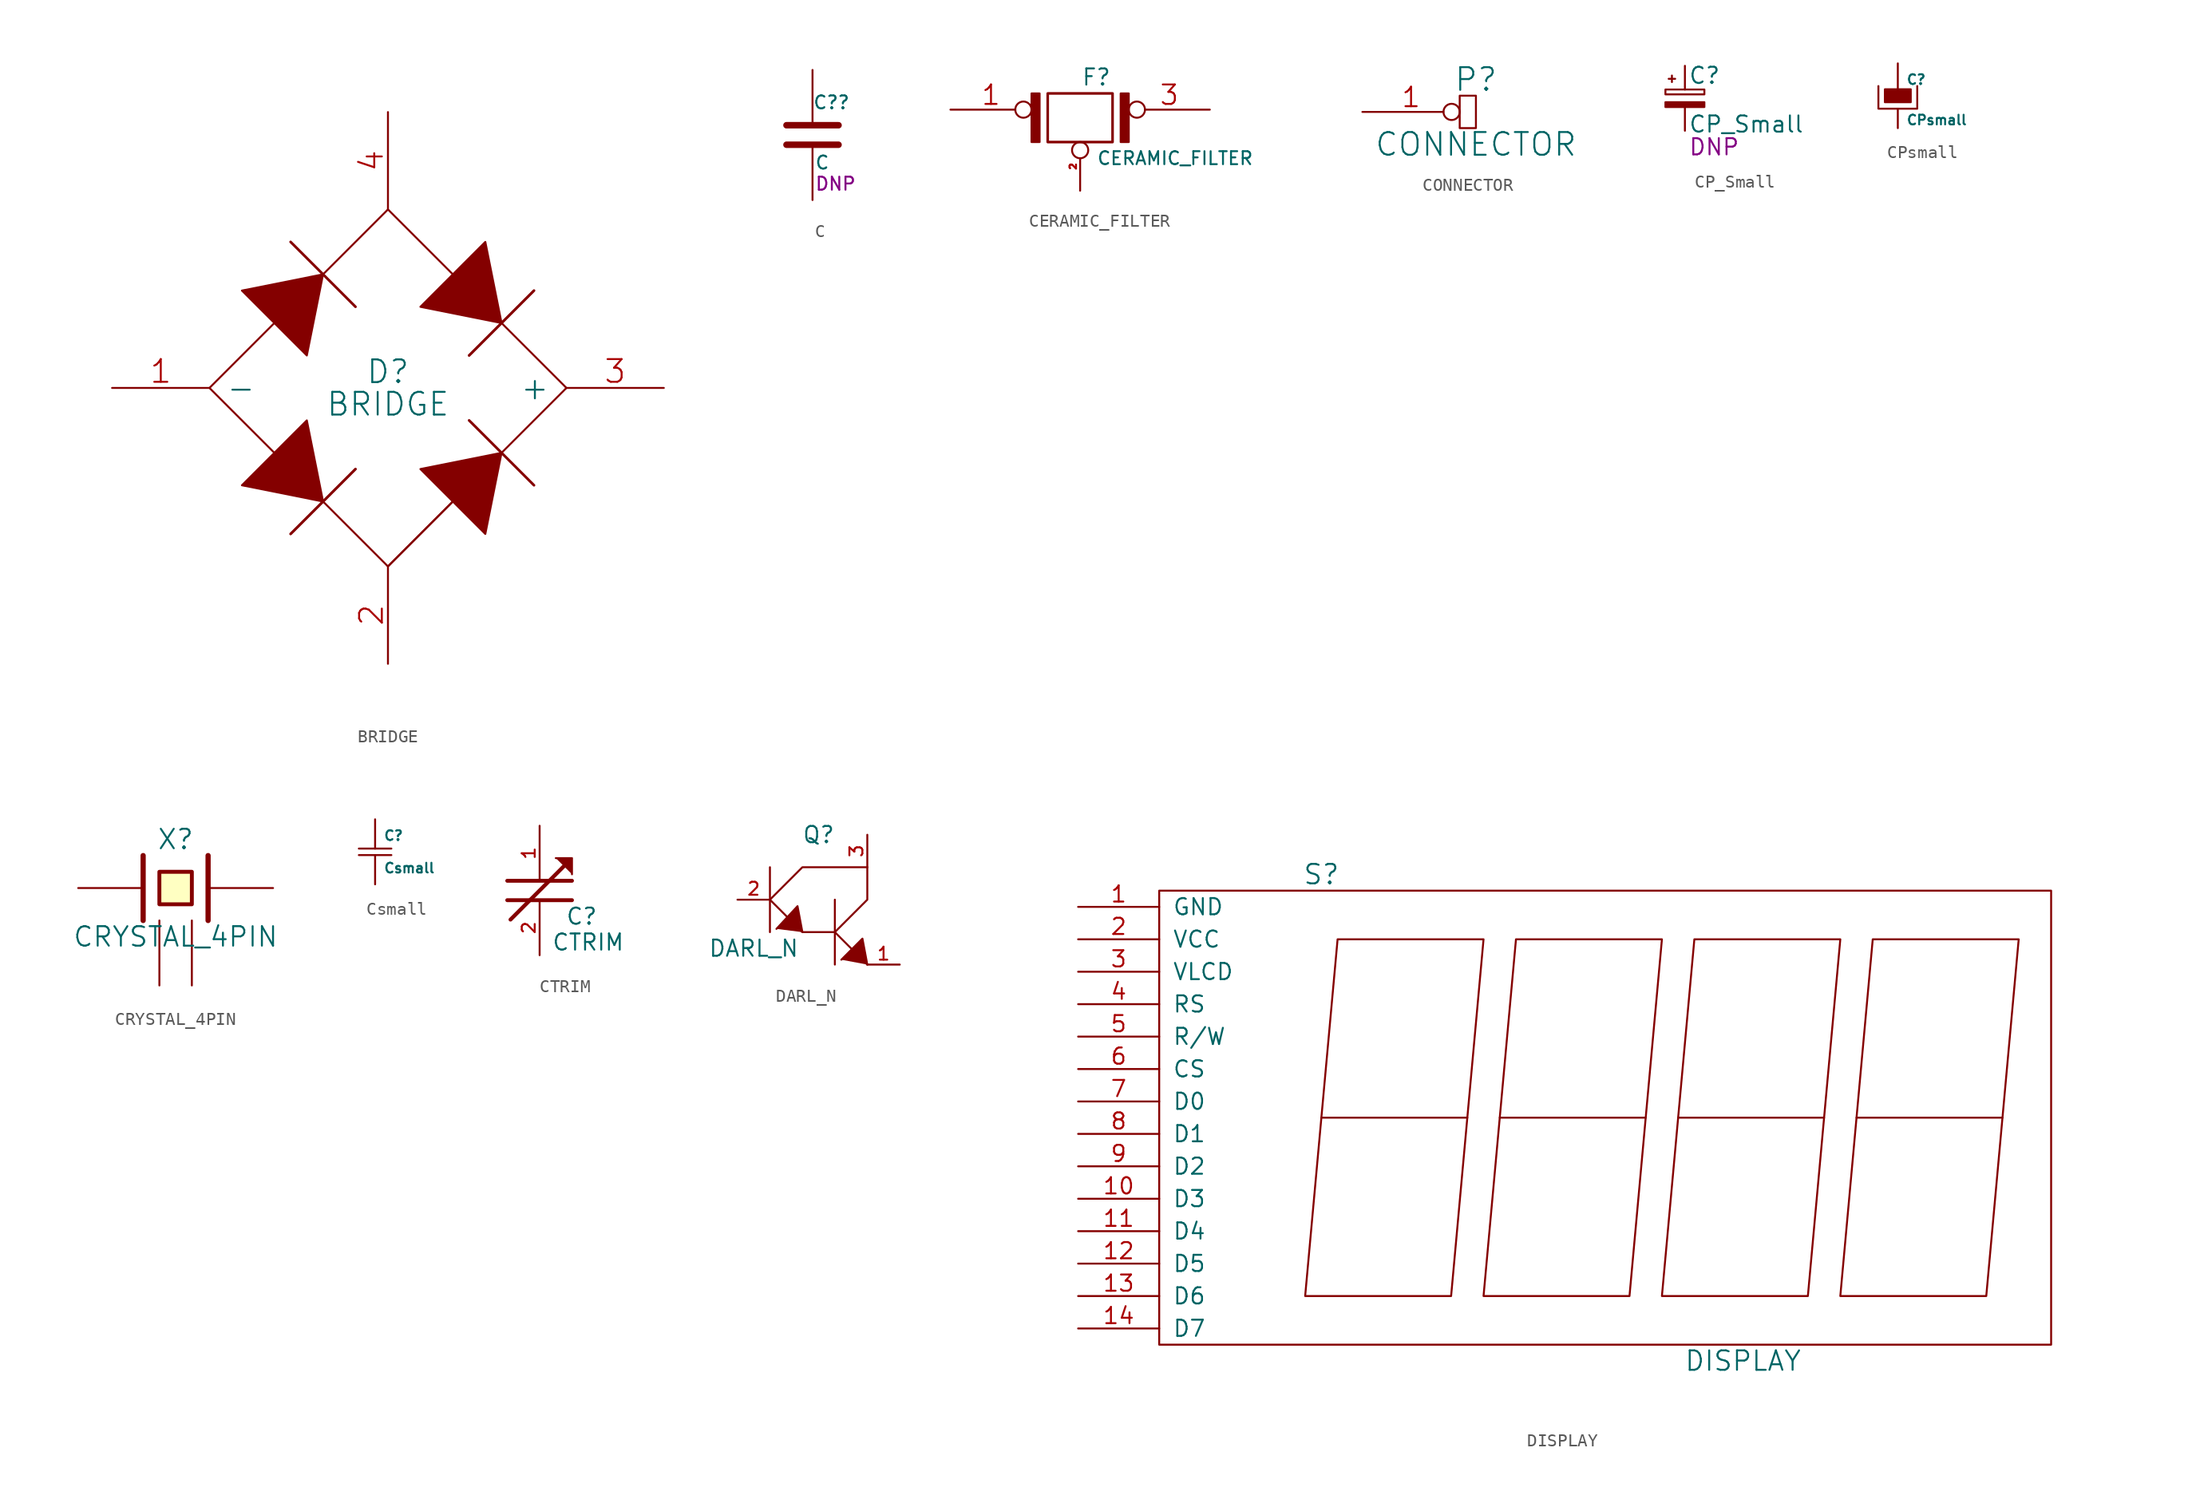
<source format=kicad_sym>
(kicad_symbol_lib
  (version 20211014)
  (generator kicad_symbol_editor)
  (symbol "BRIDGE"
    (pin_names
      (offset 1.27))
    (property "Reference" "D"
      (at 0 1.27 0)
      (effects (font (size 1.778 1.778))))
    (property "Value" "BRIDGE"
      (at 0 -1.27 0)
      (effects (font (size 1.778 1.778))))
    (property "Footprint" ""
      (at 0 0 0)
      (effects (font (size 1.524 1.524))))
    (property "Datasheet" ""
      (at 0 0 0)
      (effects (font (size 1.524 1.524))))
    (symbol "BRIDGE_0_0"
      (polyline (pts (xy -13.97 0) (xy -8.89 -5.08)) (stroke (width 0.152) (type default) (color 0 0 0 0)) (fill (type none)))
      (polyline (pts (xy -13.97 0) (xy -8.89 5.08)) (stroke (width 0.152) (type default) (color 0 0 0 0)) (fill (type none)))
      (polyline (pts (xy -7.62 11.43) (xy -2.54 6.35)) (stroke (width 0.203) (type default) (color 0 0 0 0)) (fill (type none)))
      (polyline (pts (xy -2.54 -6.35) (xy -7.62 -11.43)) (stroke (width 0) (type default) (color 0 0 0 0)) (fill (type none)))
      (polyline (pts (xy -2.54 -6.35) (xy -7.62 -11.43)) (stroke (width 0.203) (type default) (color 0 0 0 0)) (fill (type none)))
      (polyline (pts (xy 0 -13.97) (xy 5.08 -8.89)) (stroke (width 0) (type default) (color 0 0 0 0)) (fill (type none)))
      (polyline (pts (xy 0 -13.97) (xy 5.08 -8.89)) (stroke (width 0.152) (type default) (color 0 0 0 0)) (fill (type none)))
      (polyline (pts (xy 0 13.97) (xy 5.08 8.89)) (stroke (width 0.152) (type default) (color 0 0 0 0)) (fill (type none)))
      (polyline (pts (xy 6.35 -2.54) (xy 11.43 -7.62)) (stroke (width 0.203) (type default) (color 0 0 0 0)) (fill (type none)))
      (polyline (pts (xy 8.89 5.08) (xy 13.97 0)) (stroke (width 0.152) (type default) (color 0 0 0 0)) (fill (type none)))
      (polyline (pts (xy 11.43 7.62) (xy 6.35 2.54)) (stroke (width 0) (type default) (color 0 0 0 0)) (fill (type none)))
      (polyline (pts (xy 11.43 7.62) (xy 6.35 2.54)) (stroke (width 0.203) (type default) (color 0 0 0 0)) (fill (type none)))
      (polyline (pts (xy 13.97 0) (xy 8.89 -5.08)) (stroke (width 0.152) (type default) (color 0 0 0 0)) (fill (type none)))
      (polyline (pts (xy -11.43 7.62) (xy -5.08 8.89) (xy -6.35 2.54) (xy -11.43 7.62) (xy -11.43 7.62)) (stroke (width 0) (type default) (color 0 0 0 0)) (fill (type outline)))
      (polyline (pts (xy -6.35 -2.54) (xy -5.08 -8.89) (xy -11.43 -7.62) (xy -6.35 -2.54) (xy -6.35 -2.54)) (stroke (width 0) (type default) (color 0 0 0 0)) (fill (type outline)))
      (polyline (pts (xy 2.54 -6.35) (xy 8.89 -5.08) (xy 7.62 -11.43) (xy 2.54 -6.35) (xy 2.54 -6.35)) (stroke (width 0) (type default) (color 0 0 0 0)) (fill (type outline)))
      (polyline (pts (xy 7.62 11.43) (xy 8.89 5.08) (xy 2.54 6.35) (xy 7.62 11.43) (xy 7.62 11.43)) (stroke (width 0) (type default) (color 0 0 0 0)) (fill (type outline))))
    (symbol "BRIDGE_0_1"
      (polyline (pts (xy -5.08 -8.89) (xy 0 -13.97)) (stroke (width 0.152) (type default) (color 0 0 0 0)) (fill (type none)))
      (polyline (pts (xy -5.08 8.89) (xy 0 13.97)) (stroke (width 0.152) (type default) (color 0 0 0 0)) (fill (type none))))
    (symbol "BRIDGE_1_1"
      (pin input line (at -21.59 0 0) (length 7.62) (name "-" (effects (font (size 1.778 1.778)))) (number "1" (effects (font (size 1.778 1.778)))))
      (pin input line (at 0 -21.59 90) (length 7.62) (name "~" (effects (font (size 1.778 1.778)))) (number "2" (effects (font (size 1.778 1.778)))))
      (pin input line (at 21.59 0 180) (length 7.62) (name "+" (effects (font (size 1.778 1.778)))) (number "3" (effects (font (size 1.778 1.778)))))
      (pin input line (at 0 21.59 270) (length 7.62) (name "~" (effects (font (size 1.778 1.778)))) (number "4" (effects (font (size 1.778 1.778)))))))
  (symbol "C"
    (pin_numbers hide)
    (pin_names
      (offset 0.254))
    (property "Reference" "C?"
      (at 0 2.54 0)
      (effects (font (size 1.016 1.016)) (justify left)))
    (property "Value" "C"
      (at 0.152 -2.159 0)
      (effects (font (size 1.016 1.016)) (justify left)))
    (property "LCSC" "DNP"
      (at 0.152 -3.81 0)
      (effects (font (size 1.016 1.016)) (justify left)))
    (symbol "C_0_1"
      (polyline (pts (xy -2.032 -0.762) (xy 2.032 -0.762)) (stroke (width 0.508) (type default) (color 0 0 0 0)) (fill (type none)))
      (polyline (pts (xy -2.032 0.762) (xy 2.032 0.762)) (stroke (width 0.508) (type default) (color 0 0 0 0)) (fill (type none))))
    (symbol "C_1_1"
      (pin passive line (at 0 5.08 270) (length 4.318) (name "~" (effects (font (size 1.016 1.016)))) (number "1" (effects (font (size 1.016 1.016)))))
      (pin passive line (at 0 -5.08 90) (length 4.318) (name "~" (effects (font (size 1.016 1.016)))) (number "2" (effects (font (size 1.016 1.016)))))))
  (symbol "CERAMIC_FILTER"
    (pin_names
      (offset 1.016) hide)
    (property "Reference" "F"
      (at 1.27 3.81 0)
      (effects (font (size 1.27 1.27))))
    (property "Value" "CERAMIC_FILTER"
      (at 1.27 -2.54 0)
      (effects (font (size 1.016 1.016)) (justify left)))
    (property "Footprint" ""
      (at 0 0 0)
      (effects (font (size 1.524 1.524))))
    (property "Datasheet" ""
      (at 0 0 0)
      (effects (font (size 1.524 1.524))))
    (symbol "CERAMIC_FILTER_0_1"
      (rectangle (start -2.54 2.54) (end 2.54 -1.27) (stroke (width 0.203) (type default) (color 0 0 0 0)) (fill (type none)))
      (polyline (pts (xy -3.81 2.54) (xy -3.81 -1.27) (xy -3.175 -1.27) (xy -3.175 2.54) (xy -3.81 2.54) (xy -3.81 2.54)) (stroke (width 0) (type default) (color 0 0 0 0)) (fill (type outline)))
      (polyline (pts (xy 3.81 2.54) (xy 3.81 -1.27) (xy 3.175 -1.27) (xy 3.175 2.54) (xy 3.81 2.54) (xy 3.81 2.54)) (stroke (width 0) (type default) (color 0 0 0 0)) (fill (type outline))))
    (symbol "CERAMIC_FILTER_1_1"
      (pin passive inverted (at -10.16 1.27 0) (length 6.35) (name "P1" (effects (font (size 1.524 1.524)))) (number "1" (effects (font (size 1.524 1.524)))))
      (pin passive inverted (at 0 -5.08 90) (length 3.81) (name "PM" (effects (font (size 0.508 0.508)))) (number "2" (effects (font (size 0.508 0.508)))))
      (pin passive inverted (at 10.16 1.27 180) (length 6.35) (name "P3" (effects (font (size 1.524 1.524)))) (number "3" (effects (font (size 1.524 1.524)))))))
  (symbol "CONNECTOR"
    (pin_names
      (offset 1.016) hide)
    (property "Reference" "P"
      (at 8.89 2.54 0)
      (effects (font (size 1.778 1.778))))
    (property "Value" "CONNECTOR"
      (at 8.89 -2.54 0)
      (effects (font (size 1.778 1.778))))
    (property "Footprint" ""
      (at 0 0 0)
      (effects (font (size 1.524 1.524))))
    (property "Datasheet" ""
      (at 0 0 0)
      (effects (font (size 1.524 1.524))))
    (symbol "CONNECTOR_0_1"
      (rectangle (start 7.62 1.27) (end 8.89 -1.27) (stroke (width 0) (type default) (color 0 0 0 0)) (fill (type none))))
    (symbol "CONNECTOR_1_1"
      (pin passive inverted (at 0 0 0) (length 7.62) (name "W" (effects (font (size 1.524 1.524)))) (number "1" (effects (font (size 1.524 1.524)))))))
  (symbol "CP_Small"
    (pin_numbers hide)
    (pin_names
      (offset 0.254) hide)
    (property "Reference" "C"
      (at 0.254 1.778 0)
      (effects (font (size 1.27 1.27)) (justify left)))
    (property "Value" "CP_Small"
      (at 0.254 -2.032 0)
      (effects (font (size 1.27 1.27)) (justify left)))
    (property "LCSC" "DNP"
      (at 0.254 -3.81 0)
      (effects (font (size 1.27 1.27)) (justify left)))
    (symbol "CP_Small_0_1"
      (rectangle (start -1.524 -0.305) (end 1.524 -0.686) (stroke (width 0) (type default) (color 0 0 0 0)) (fill (type outline)))
      (rectangle (start -1.524 0.686) (end 1.524 0.305) (stroke (width 0) (type default) (color 0 0 0 0)) (fill (type none)))
      (polyline (pts (xy -1.27 1.524) (xy -0.762 1.524)) (stroke (width 0) (type default) (color 0 0 0 0)) (fill (type none)))
      (polyline (pts (xy -1.016 1.27) (xy -1.016 1.778)) (stroke (width 0) (type default) (color 0 0 0 0)) (fill (type none))))
    (symbol "CP_Small_1_1"
      (pin passive line (at 0 2.54 270) (length 1.854) (name "~" (effects (font (size 1.27 1.27)))) (number "1" (effects (font (size 1.27 1.27)))))
      (pin passive line (at 0 -2.54 90) (length 1.854) (name "~" (effects (font (size 1.27 1.27)))) (number "2" (effects (font (size 1.27 1.27)))))))
  (symbol "CPsmall"
    (pin_numbers hide)
    (pin_names
      (offset 0.254) hide)
    (property "Reference" "C"
      (at 0.635 1.27 0)
      (effects (font (size 0.762 0.762)) (justify left)))
    (property "Value" "CPsmall"
      (at 0.635 -1.905 0)
      (effects (font (size 0.762 0.762)) (justify left)))
    (property "Footprint" ""
      (at 0 0 0)
      (effects (font (size 1.524 1.524))))
    (property "Datasheet" ""
      (at 0 0 0)
      (effects (font (size 1.524 1.524))))
    (symbol "CPsmall_0_1"
      (rectangle (start -1.016 0.508) (end 1.016 -0.508) (stroke (width 0) (type default) (color 0 0 0 0)) (fill (type outline)))
      (polyline (pts (xy 1.524 0.762) (xy 1.524 -1.016) (xy -1.524 -1.016) (xy -1.524 0.762)) (stroke (width 0) (type default) (color 0 0 0 0)) (fill (type none))))
    (symbol "CPsmall_1_1"
      (pin passive line (at 0 2.54 270) (length 2.032) (name "~" (effects (font (size 1.016 1.016)))) (number "1" (effects (font (size 1.016 1.016)))))
      (pin passive line (at 0 -2.54 90) (length 1.524) (name "~" (effects (font (size 1.016 1.016)))) (number "2" (effects (font (size 1.016 1.016)))))))
  (symbol "CRYSTAL_4PIN"
    (pin_numbers hide)
    (pin_names
      (offset 1.016) hide)
    (property "Reference" "X"
      (at 0 3.81 0)
      (effects (font (size 1.524 1.524))))
    (property "Value" "CRYSTAL_4PIN"
      (at 0 -3.81 0)
      (effects (font (size 1.524 1.524))))
    (property "Footprint" ""
      (at 0 0 0)
      (effects (font (size 1.524 1.524))))
    (property "Datasheet" ""
      (at 0 0 0)
      (effects (font (size 1.524 1.524))))
    (symbol "CRYSTAL_4PIN_0_1"
      (polyline (pts (xy -2.54 2.54) (xy -2.54 -2.54)) (stroke (width 0.406) (type default) (color 0 0 0 0)) (fill (type none)))
      (polyline (pts (xy 2.54 2.54) (xy 2.54 -2.54)) (stroke (width 0.406) (type default) (color 0 0 0 0)) (fill (type none)))
      (polyline (pts (xy -1.27 1.27) (xy 1.27 1.27) (xy 1.27 -1.27) (xy -1.27 -1.27) (xy -1.27 1.27)) (stroke (width 0.305) (type default) (color 0 0 0 0)) (fill (type background))))
    (symbol "CRYSTAL_4PIN_1_1"
      (pin passive line (at -7.62 0 0) (length 5.08) (name "1" (effects (font (size 1.016 1.016)))) (number "1" (effects (font (size 1.016 1.016)))))
      (pin power_in line (at -1.27 -7.62 90) (length 5.08) (name "GND" (effects (font (size 1.016 1.016)))) (number "2" (effects (font (size 1.016 1.016)))))
      (pin passive line (at 7.62 0 180) (length 5.08) (name "3" (effects (font (size 1.016 1.016)))) (number "3" (effects (font (size 1.016 1.016)))))
      (pin power_in line (at 1.27 -7.62 90) (length 5.08) (name "GND" (effects (font (size 1.016 1.016)))) (number "4" (effects (font (size 1.016 1.016)))))))
  (symbol "Csmall"
    (pin_numbers hide)
    (pin_names
      (offset 0.254))
    (property "Reference" "C"
      (at 0.635 1.27 0)
      (effects (font (size 0.762 0.762)) (justify left)))
    (property "Value" "Csmall"
      (at 0.635 -1.27 0)
      (effects (font (size 0.762 0.762)) (justify left)))
    (property "Footprint" ""
      (at 0 0 0)
      (effects (font (size 1.524 1.524))))
    (property "Datasheet" ""
      (at 0 0 0)
      (effects (font (size 1.524 1.524))))
    (symbol "Csmall_0_1"
      (polyline (pts (xy 1.27 -0.254) (xy -1.27 -0.254)) (stroke (width 0) (type default) (color 0 0 0 0)) (fill (type none)))
      (polyline (pts (xy 1.27 0.254) (xy -1.27 0.254)) (stroke (width 0) (type default) (color 0 0 0 0)) (fill (type none))))
    (symbol "Csmall_1_1"
      (pin passive line (at 0 2.54 270) (length 2.286) (name "~" (effects (font (size 1.016 1.016)))) (number "1" (effects (font (size 1.016 1.016)))))
      (pin passive line (at 0 -2.54 90) (length 2.286) (name "~" (effects (font (size 1.016 1.016)))) (number "2" (effects (font (size 1.016 1.016)))))))
  (symbol "CTRIM"
    (pin_names
      (offset 0.254))
    (property "Reference" "C"
      (at 3.302 -2.032 0)
      (effects (font (size 1.27 1.27))))
    (property "Value" "CTRIM"
      (at 3.81 -4.064 0)
      (effects (font (size 1.27 1.27))))
    (property "Footprint" ""
      (at 0 0 0)
      (effects (font (size 1.524 1.524))))
    (property "Datasheet" ""
      (at 0 0 0)
      (effects (font (size 1.524 1.524))))
    (symbol "CTRIM_0_1"
      (polyline (pts (xy -2.54 -0.762) (xy 2.54 -0.762)) (stroke (width 0.305) (type default) (color 0 0 0 0)) (fill (type none)))
      (polyline (pts (xy -2.54 0.762) (xy 2.54 0.762)) (stroke (width 0.305) (type default) (color 0 0 0 0)) (fill (type none)))
      (polyline (pts (xy -2.286 -2.286) (xy 1.905 1.905)) (stroke (width 0.305) (type default) (color 0 0 0 0)) (fill (type none)))
      (polyline (pts (xy 1.27 2.54) (xy 2.54 2.54) (xy 2.54 1.27)) (stroke (width 0) (type default) (color 0 0 0 0)) (fill (type outline))))
    (symbol "CTRIM_1_1"
      (pin passive line (at 0 5.08 270) (length 4.318) (name "~" (effects (font (size 1.016 1.016)))) (number "1" (effects (font (size 1.016 1.016)))))
      (pin passive line (at 0 -5.08 90) (length 4.318) (name "~" (effects (font (size 1.016 1.016)))) (number "2" (effects (font (size 1.016 1.016)))))))
  (symbol "DARL_N"
    (pin_names
      (offset 0.254))
    (property "Reference" "Q"
      (at 0 6.35 0)
      (effects (font (size 1.27 1.27))))
    (property "Value" "DARL_N"
      (at -5.08 -2.54 0)
      (effects (font (size 1.27 1.27))))
    (property "Footprint" ""
      (at 0 0 0)
      (effects (font (size 1.524 1.524))))
    (property "Datasheet" ""
      (at 0 0 0)
      (effects (font (size 1.524 1.524))))
    (symbol "DARL_N_0_0"
      (polyline (pts (xy -3.81 -1.27) (xy -3.81 3.81)) (stroke (width 0) (type default) (color 0 0 0 0)) (fill (type none)))
      (polyline (pts (xy 1.27 1.27) (xy 1.27 -3.81)) (stroke (width 0) (type default) (color 0 0 0 0)) (fill (type none))))
    (symbol "DARL_N_0_1"
      (polyline (pts (xy 1.27 -1.27) (xy 3.81 -3.81)) (stroke (width 0) (type default) (color 0 0 0 0)) (fill (type none)))
      (polyline (pts (xy -3.81 1.27) (xy -1.27 -1.27) (xy 1.27 -1.27)) (stroke (width 0) (type default) (color 0 0 0 0)) (fill (type none)))
      (polyline (pts (xy -3.81 1.27) (xy -1.27 3.81) (xy 3.81 3.81)) (stroke (width 0) (type default) (color 0 0 0 0)) (fill (type none)))
      (polyline (pts (xy -1.27 -1.27) (xy -1.651 0.762) (xy -3.302 -1.016)) (stroke (width 0) (type default) (color 0 0 0 0)) (fill (type outline)))
      (polyline (pts (xy 1.27 -1.27) (xy 3.81 1.27) (xy 3.81 3.81)) (stroke (width 0) (type default) (color 0 0 0 0)) (fill (type none)))
      (polyline (pts (xy 3.81 -3.81) (xy 3.429 -1.778) (xy 1.778 -3.429)) (stroke (width 0) (type default) (color 0 0 0 0)) (fill (type outline))))
    (symbol "DARL_N_1_1"
      (pin passive line (at 6.35 -3.81 180) (length 2.54) (name "~" (effects (font (size 1.016 1.016)))) (number "1" (effects (font (size 1.016 1.016)))))
      (pin input line (at -6.35 1.27 0) (length 2.54) (name "~" (effects (font (size 1.016 1.016)))) (number "2" (effects (font (size 1.016 1.016)))))
      (pin passive line (at 3.81 6.35 270) (length 2.54) (name "~" (effects (font (size 1.016 1.016)))) (number "3" (effects (font (size 1.016 1.016)))))))
  (symbol "DISPLAY"
    (pin_names
      (offset 1.016))
    (property "Reference" "S"
      (at -26.67 19.05 0)
      (effects (font (size 1.524 1.524))))
    (property "Value" "DISPLAY"
      (at 6.35 -19.05 0)
      (effects (font (size 1.524 1.524))))
    (property "Footprint" ""
      (at 0 0 0)
      (effects (font (size 1.524 1.524))))
    (property "Datasheet" ""
      (at 0 0 0)
      (effects (font (size 1.524 1.524))))
    (symbol "DISPLAY_0_1"
      (rectangle (start -39.37 17.78) (end 30.48 -17.78) (stroke (width 0) (type default) (color 0 0 0 0)) (fill (type none)))
      (polyline (pts (xy -26.67 0) (xy -15.24 0)) (stroke (width 0) (type default) (color 0 0 0 0)) (fill (type none)))
      (polyline (pts (xy -12.7 0) (xy -1.27 0)) (stroke (width 0) (type default) (color 0 0 0 0)) (fill (type none)))
      (polyline (pts (xy 1.27 0) (xy 12.7 0)) (stroke (width 0) (type default) (color 0 0 0 0)) (fill (type none)))
      (polyline (pts (xy 15.24 0) (xy 26.67 0)) (stroke (width 0) (type default) (color 0 0 0 0)) (fill (type none)))
      (polyline (pts (xy -27.94 -13.97) (xy -25.4 13.97) (xy -13.97 13.97) (xy -16.51 -13.97) (xy -27.94 -13.97)) (stroke (width 0) (type default) (color 0 0 0 0)) (fill (type none)))
      (polyline (pts (xy -13.97 -13.97) (xy -11.43 13.97) (xy 0 13.97) (xy -2.54 -13.97) (xy -13.97 -13.97)) (stroke (width 0) (type default) (color 0 0 0 0)) (fill (type none)))
      (polyline (pts (xy 0 -13.97) (xy 2.54 13.97) (xy 13.97 13.97) (xy 11.43 -13.97) (xy 0 -13.97)) (stroke (width 0) (type default) (color 0 0 0 0)) (fill (type none)))
      (polyline (pts (xy 16.51 13.97) (xy 13.97 -13.97) (xy 25.4 -13.97) (xy 27.94 13.97) (xy 16.51 13.97)) (stroke (width 0) (type default) (color 0 0 0 0)) (fill (type none))))
    (symbol "DISPLAY_1_1"
      (pin power_in line (at -45.72 16.51 0) (length 6.35) (name "GND" (effects (font (size 1.27 1.27)))) (number "1" (effects (font (size 1.27 1.27)))))
      (pin tri_state line (at -45.72 -6.35 0) (length 6.35) (name "D3" (effects (font (size 1.27 1.27)))) (number "10" (effects (font (size 1.27 1.27)))))
      (pin tri_state line (at -45.72 -8.89 0) (length 6.35) (name "D4" (effects (font (size 1.27 1.27)))) (number "11" (effects (font (size 1.27 1.27)))))
      (pin tri_state line (at -45.72 -11.43 0) (length 6.35) (name "D5" (effects (font (size 1.27 1.27)))) (number "12" (effects (font (size 1.27 1.27)))))
      (pin tri_state line (at -45.72 -13.97 0) (length 6.35) (name "D6" (effects (font (size 1.27 1.27)))) (number "13" (effects (font (size 1.27 1.27)))))
      (pin tri_state line (at -45.72 -16.51 0) (length 6.35) (name "D7" (effects (font (size 1.27 1.27)))) (number "14" (effects (font (size 1.27 1.27)))))
      (pin power_in line (at -45.72 13.97 0) (length 6.35) (name "VCC" (effects (font (size 1.27 1.27)))) (number "2" (effects (font (size 1.27 1.27)))))
      (pin input line (at -45.72 11.43 0) (length 6.35) (name "VLCD" (effects (font (size 1.27 1.27)))) (number "3" (effects (font (size 1.27 1.27)))))
      (pin input line (at -45.72 8.89 0) (length 6.35) (name "RS" (effects (font (size 1.27 1.27)))) (number "4" (effects (font (size 1.27 1.27)))))
      (pin input line (at -45.72 6.35 0) (length 6.35) (name "R/W" (effects (font (size 1.27 1.27)))) (number "5" (effects (font (size 1.27 1.27)))))
      (pin input line (at -45.72 3.81 0) (length 6.35) (name "CS" (effects (font (size 1.27 1.27)))) (number "6" (effects (font (size 1.27 1.27)))))
      (pin tri_state line (at -45.72 1.27 0) (length 6.35) (name "D0" (effects (font (size 1.27 1.27)))) (number "7" (effects (font (size 1.27 1.27)))))
      (pin tri_state line (at -45.72 -1.27 0) (length 6.35) (name "D1" (effects (font (size 1.27 1.27)))) (number "8" (effects (font (size 1.27 1.27)))))
      (pin tri_state line (at -45.72 -3.81 0) (length 6.35) (name "D2" (effects (font (size 1.27 1.27)))) (number "9" (effects (font (size 1.27 1.27))))))))
</source>
